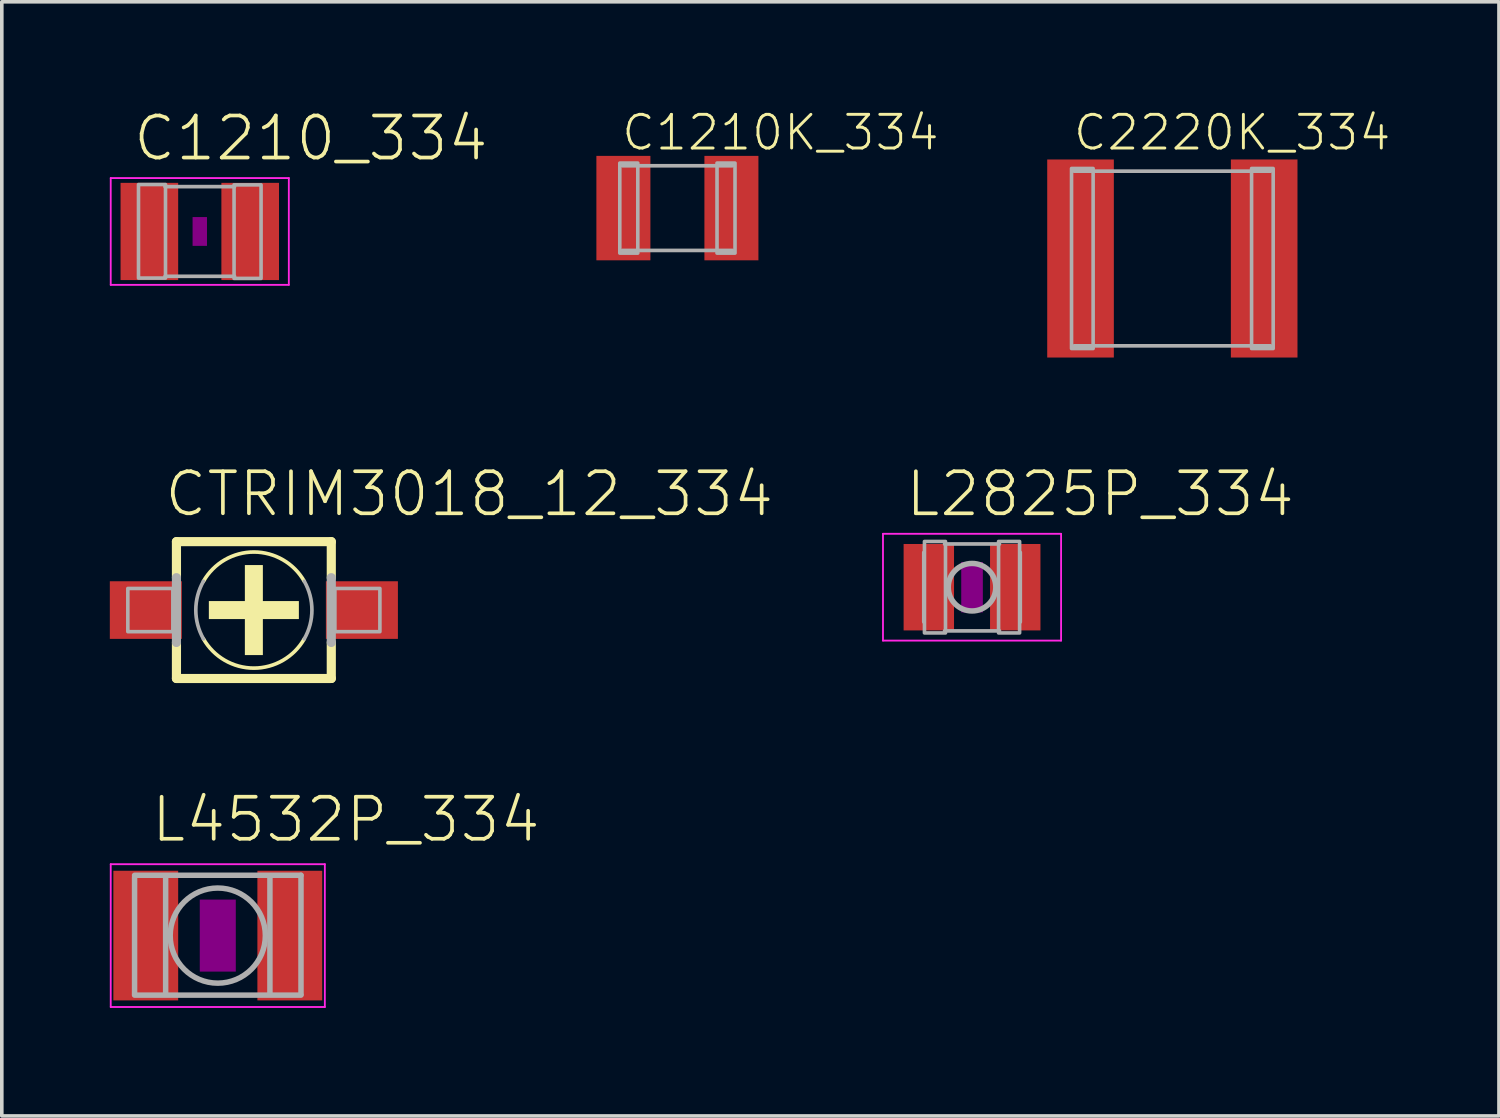
<source format=kicad_pcb>
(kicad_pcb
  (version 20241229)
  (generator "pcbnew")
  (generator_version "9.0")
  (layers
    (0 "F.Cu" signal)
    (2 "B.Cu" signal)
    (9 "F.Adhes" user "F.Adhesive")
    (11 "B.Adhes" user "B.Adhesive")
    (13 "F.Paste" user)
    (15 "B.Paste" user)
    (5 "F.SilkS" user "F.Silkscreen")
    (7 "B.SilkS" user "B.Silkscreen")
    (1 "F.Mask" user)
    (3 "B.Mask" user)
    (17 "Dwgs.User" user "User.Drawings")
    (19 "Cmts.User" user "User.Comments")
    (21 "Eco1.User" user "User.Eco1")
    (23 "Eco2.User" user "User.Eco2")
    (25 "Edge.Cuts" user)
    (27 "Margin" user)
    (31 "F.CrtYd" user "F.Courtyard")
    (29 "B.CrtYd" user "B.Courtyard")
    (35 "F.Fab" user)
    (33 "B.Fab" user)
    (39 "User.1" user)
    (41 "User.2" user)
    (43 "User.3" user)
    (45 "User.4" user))
  (footprint "C1210_334"
    (layer "F.Cu")
    (at 2.498 3.378)
    (property "Reference" "C1210_334" (at -1.905 -1.905 0) (unlocked yes) (layer "F.SilkS") (effects (font (size 1.168 1.168) (thickness 0.102)) (justify left bottom)))
    (fp_poly (pts (xy -0.2 0.4) (xy 0.2 0.4) (xy 0.2 -0.4) (xy -0.2 -0.4)) (stroke (width 0) (type default)) (fill yes) (layer "F.Adhes"))
    (fp_line (start -2.473 -1.483) (end 2.473 -1.483) (stroke (width 0.051) (type solid)) (layer "F.CrtYd"))
    (fp_line (start -2.473 1.483) (end -2.473 -1.483) (stroke (width 0.051) (type solid)) (layer "F.CrtYd"))
    (fp_line (start 2.473 -1.483) (end 2.473 1.483) (stroke (width 0.051) (type solid)) (layer "F.CrtYd"))
    (fp_line (start 2.473 1.483) (end -2.473 1.483) (stroke (width 0.051) (type solid)) (layer "F.CrtYd"))
    (fp_line (start -0.965 -1.245) (end 0.965 -1.245) (stroke (width 0.102) (type solid)) (layer "F.Fab"))
    (fp_line (start -0.965 1.245) (end 0.965 1.245) (stroke (width 0.102) (type solid)) (layer "F.Fab"))
    (fp_poly (pts (xy -1.702 1.295) (xy -0.952 1.295) (xy -0.952 -1.304) (xy -1.702 -1.304)) (stroke (width 0.1) (type default)) (fill no) (layer "F.Fab"))
    (fp_poly (pts (xy 0.952 1.304) (xy 1.702 1.304) (xy 1.702 -1.295) (xy 0.952 -1.295)) (stroke (width 0.1) (type default)) (fill no) (layer "F.Fab"))
    (pad "1" smd rect (at -1.4 0) (size 1.6 2.7) (layers "F.Cu" "F.Mask" "F.Paste"))
    (pad "2" smd rect (at 1.4 0) (size 1.6 2.7) (layers "F.Cu" "F.Mask" "F.Paste")))
  (footprint "C1210K_334"
    (layer "F.Cu")
    (at 15.762 2.729)
    (property "Reference" "C1210K_334" (at -1.6 -1.55 0) (unlocked yes) (layer "F.SilkS") (effects (font (size 0.935 0.935) (thickness 0.081)) (justify left bottom)))
    (fp_line (start -1.525 -1.175) (end 1.525 -1.175) (stroke (width 0.102) (type solid)) (layer "F.Fab"))
    (fp_line (start 1.525 1.175) (end -1.525 1.175) (stroke (width 0.102) (type solid)) (layer "F.Fab"))
    (fp_poly (pts (xy -1.6 1.25) (xy -1.1 1.25) (xy -1.1 -1.25) (xy -1.6 -1.25)) (stroke (width 0.1) (type default)) (fill no) (layer "F.Fab"))
    (fp_poly (pts (xy 1.1 1.25) (xy 1.6 1.25) (xy 1.6 -1.25) (xy 1.1 -1.25)) (stroke (width 0.1) (type default)) (fill no) (layer "F.Fab"))
    (pad "1" smd rect (at -1.5 0) (size 1.5 2.9) (layers "F.Cu" "F.Mask" "F.Paste"))
    (pad "2" smd rect (at 1.5 0) (size 1.5 2.9) (layers "F.Cu" "F.Mask" "F.Paste")))
  (footprint "L2825P_334"
    (layer "F.Cu")
    (at 23.944 13.257)
    (property "Reference" "L2825P_334" (at -1.905 -1.905 0) (unlocked yes) (layer "F.SilkS") (effects (font (size 1.168 1.168) (thickness 0.102)) (justify left bottom)))
    (fp_poly (pts (xy -0.3 0.7) (xy 0.3 0.7) (xy 0.3 -0.7) (xy -0.3 -0.7)) (stroke (width 0) (type default)) (fill yes) (layer "F.Adhes"))
    (fp_line (start -2.473 -1.483) (end 2.473 -1.483) (stroke (width 0.051) (type solid)) (layer "F.CrtYd"))
    (fp_line (start -2.473 1.483) (end -2.473 -1.483) (stroke (width 0.051) (type solid)) (layer "F.CrtYd"))
    (fp_line (start 2.473 -1.483) (end 2.473 1.483) (stroke (width 0.051) (type solid)) (layer "F.CrtYd"))
    (fp_line (start 2.473 1.483) (end -2.473 1.483) (stroke (width 0.051) (type solid)) (layer "F.CrtYd"))
    (fp_line (start -1.34 -0.965) (end -1.34 0.965) (stroke (width 0.102) (type solid)) (layer "F.Fab"))
    (fp_line (start -0.762 -1.2) (end 0.762 -1.2) (stroke (width 0.102) (type solid)) (layer "F.Fab"))
    (fp_line (start -0.762 1.213) (end 0.762 1.213) (stroke (width 0.102) (type solid)) (layer "F.Fab"))
    (fp_line (start 1.34 0.965) (end 1.34 -0.965) (stroke (width 0.102) (type solid)) (layer "F.Fab"))
    (fp_circle (center 0 0) (end 0.66 0) (stroke (width 0.152) (type solid)) (fill no) (layer "F.Fab"))
    (fp_poly (pts (xy -1.321 1.27) (xy -0.737 1.27) (xy -0.737 -1.27) (xy -1.321 -1.27)) (stroke (width 0.1) (type default)) (fill no) (layer "F.Fab"))
    (fp_poly (pts (xy 0.737 1.27) (xy 1.321 1.27) (xy 1.321 -1.27) (xy 0.737 -1.27)) (stroke (width 0.1) (type default)) (fill no) (layer "F.Fab"))
    (pad "1" smd rect (at -1.2 0) (size 1.4 2.4) (layers "F.Cu" "F.Mask" "F.Paste"))
    (pad "2" smd rect (at 1.2 0) (size 1.4 2.4) (layers "F.Cu" "F.Mask" "F.Paste")))
  (footprint "CTRIM3018_12_334"
    (layer "F.Cu")
    (at 4 13.892)
    (property "Reference" "CTRIM3018_12_334" (at -2.54 -2.54 0) (unlocked yes) (layer "F.SilkS") (effects (font (size 1.168 1.168) (thickness 0.102)) (justify left bottom)))
    (fp_line (start -2.15 -1.9) (end 2.15 -1.9) (stroke (width 0.254) (type solid)) (layer "F.SilkS"))
    (fp_line (start -2.15 -0.9) (end -2.15 -1.9) (stroke (width 0.254) (type solid)) (layer "F.SilkS"))
    (fp_line (start -2.15 1.9) (end -2.15 0.9) (stroke (width 0.254) (type solid)) (layer "F.SilkS"))
    (fp_line (start 2.15 -1.9) (end 2.15 -0.9) (stroke (width 0.254) (type solid)) (layer "F.SilkS"))
    (fp_line (start 2.15 0.9) (end 2.15 1.9) (stroke (width 0.254) (type solid)) (layer "F.SilkS"))
    (fp_line (start 2.15 1.9) (end -2.15 1.9) (stroke (width 0.254) (type solid)) (layer "F.SilkS"))
    (fp_arc (start -1.4 -0.8) (mid 0 -1.612452) (end 1.4 -0.8) (stroke (width 0.1016) (type solid)) (layer "F.SilkS"))
    (fp_arc (start 1.4 0.8) (mid 0 1.612452) (end -1.4 0.8) (stroke (width 0.1016) (type solid)) (layer "F.SilkS"))
    (fp_poly (pts (xy -1.25 0.25) (xy 1.25 0.25) (xy 1.25 -0.25) (xy -1.25 -0.25)) (stroke (width 0) (type default)) (fill yes) (layer "F.SilkS"))
    (fp_poly (pts (xy -0.25 1.25) (xy 0.25 1.25) (xy 0.25 -1.25) (xy -0.25 -1.25)) (stroke (width 0) (type default)) (fill yes) (layer "F.SilkS"))
    (fp_line (start -2.15 0.9) (end -2.15 -0.9) (stroke (width 0.254) (type solid)) (layer "F.Fab"))
    (fp_line (start 2.15 -0.9) (end 2.15 0.9) (stroke (width 0.254) (type solid)) (layer "F.Fab"))
    (fp_arc (start -1.4 0.8) (mid -1.612452 0) (end -1.4 -0.8) (stroke (width 0.1016) (type solid)) (layer "F.Fab"))
    (fp_arc (start 1.4 -0.8) (mid 1.612452 0) (end 1.4 0.8) (stroke (width 0.1016) (type solid)) (layer "F.Fab"))
    (fp_poly (pts (xy -3.5 0.6) (xy -2.25 0.6) (xy -2.25 -0.6) (xy -3.5 -0.6)) (stroke (width 0.1) (type default)) (fill no) (layer "F.Fab"))
    (fp_poly (pts (xy 2.25 0.6) (xy 3.5 0.6) (xy 3.5 -0.6) (xy 2.25 -0.6)) (stroke (width 0.1) (type default)) (fill no) (layer "F.Fab"))
    (pad "+" smd rect (at -3 0) (size 2 1.6) (layers "F.Cu" "F.Mask" "F.Paste"))
    (pad "-" smd rect (at 3 0) (size 2 1.6) (layers "F.Cu" "F.Mask" "F.Paste")))
  (footprint "L4532P_334"
    (layer "F.Cu")
    (at 2.998 22.932)
    (property "Reference" "L4532P_334" (at -1.905 -2.54 0) (unlocked yes) (layer "F.SilkS") (effects (font (size 1.168 1.168) (thickness 0.102)) (justify left bottom)))
    (fp_poly (pts (xy -0.5 1) (xy 0.5 1) (xy 0.5 -1) (xy -0.5 -1)) (stroke (width 0) (type default)) (fill yes) (layer "F.Adhes"))
    (fp_line (start -2.973 -1.983) (end 2.973 -1.983) (stroke (width 0.051) (type solid)) (layer "F.CrtYd"))
    (fp_line (start -2.973 1.983) (end -2.973 -1.983) (stroke (width 0.051) (type solid)) (layer "F.CrtYd"))
    (fp_line (start 2.973 -1.983) (end 2.973 1.983) (stroke (width 0.051) (type solid)) (layer "F.CrtYd"))
    (fp_line (start 2.973 1.983) (end -2.973 1.983) (stroke (width 0.051) (type solid)) (layer "F.CrtYd"))
    (fp_line (start -2.311 -1.675) (end 2.311 -1.675) (stroke (width 0.152) (type solid)) (layer "F.Fab"))
    (fp_line (start -2.311 -1.626) (end -2.311 1.626) (stroke (width 0.152) (type solid)) (layer "F.Fab"))
    (fp_line (start -2.311 1.653) (end 2.311 1.653) (stroke (width 0.152) (type solid)) (layer "F.Fab"))
    (fp_line (start -1.448 -1.651) (end -1.448 1.626) (stroke (width 0.152) (type solid)) (layer "F.Fab"))
    (fp_line (start 1.448 -1.626) (end 1.448 1.626) (stroke (width 0.152) (type solid)) (layer "F.Fab"))
    (fp_line (start 2.311 -1.675) (end 2.311 1.626) (stroke (width 0.152) (type solid)) (layer "F.Fab"))
    (fp_circle (center 0 0) (end 1.321 0) (stroke (width 0.152) (type solid)) (fill no) (layer "F.Fab"))
    (pad "1" smd rect (at -2 0) (size 1.8 3.6) (layers "F.Cu" "F.Mask" "F.Paste"))
    (pad "2" smd rect (at 2 0) (size 1.8 3.6) (layers "F.Cu" "F.Mask" "F.Paste")))
  (footprint "C2220K_334"
    (layer "F.Cu")
    (at 29.507 4.129)
    (property "Reference" "C2220K_334" (at -2.8 -2.95 0) (unlocked yes) (layer "F.SilkS") (effects (font (size 0.935 0.935) (thickness 0.081)) (justify left bottom)))
    (fp_line (start -2.725 -2.425) (end 2.725 -2.425) (stroke (width 0.102) (type solid)) (layer "F.Fab"))
    (fp_line (start 2.725 2.425) (end -2.725 2.425) (stroke (width 0.102) (type solid)) (layer "F.Fab"))
    (fp_poly (pts (xy -2.8 2.5) (xy -2.2 2.5) (xy -2.2 -2.5) (xy -2.8 -2.5)) (stroke (width 0.1) (type default)) (fill no) (layer "F.Fab"))
    (fp_poly (pts (xy 2.2 2.5) (xy 2.8 2.5) (xy 2.8 -2.5) (xy 2.2 -2.5)) (stroke (width 0.1) (type default)) (fill no) (layer "F.Fab"))
    (pad "1" smd rect (at -2.55 0) (size 1.85 5.5) (layers "F.Cu" "F.Mask" "F.Paste"))
    (pad "2" smd rect (at 2.55 0) (size 1.85 5.5) (layers "F.Cu" "F.Mask" "F.Paste")))
  (gr_rect
    (start -3 -3)
    (end 38.577 27.94)
    (stroke (width 0.1) (type default))
    (fill no)
    (layer "Edge.Cuts")))
</source>
